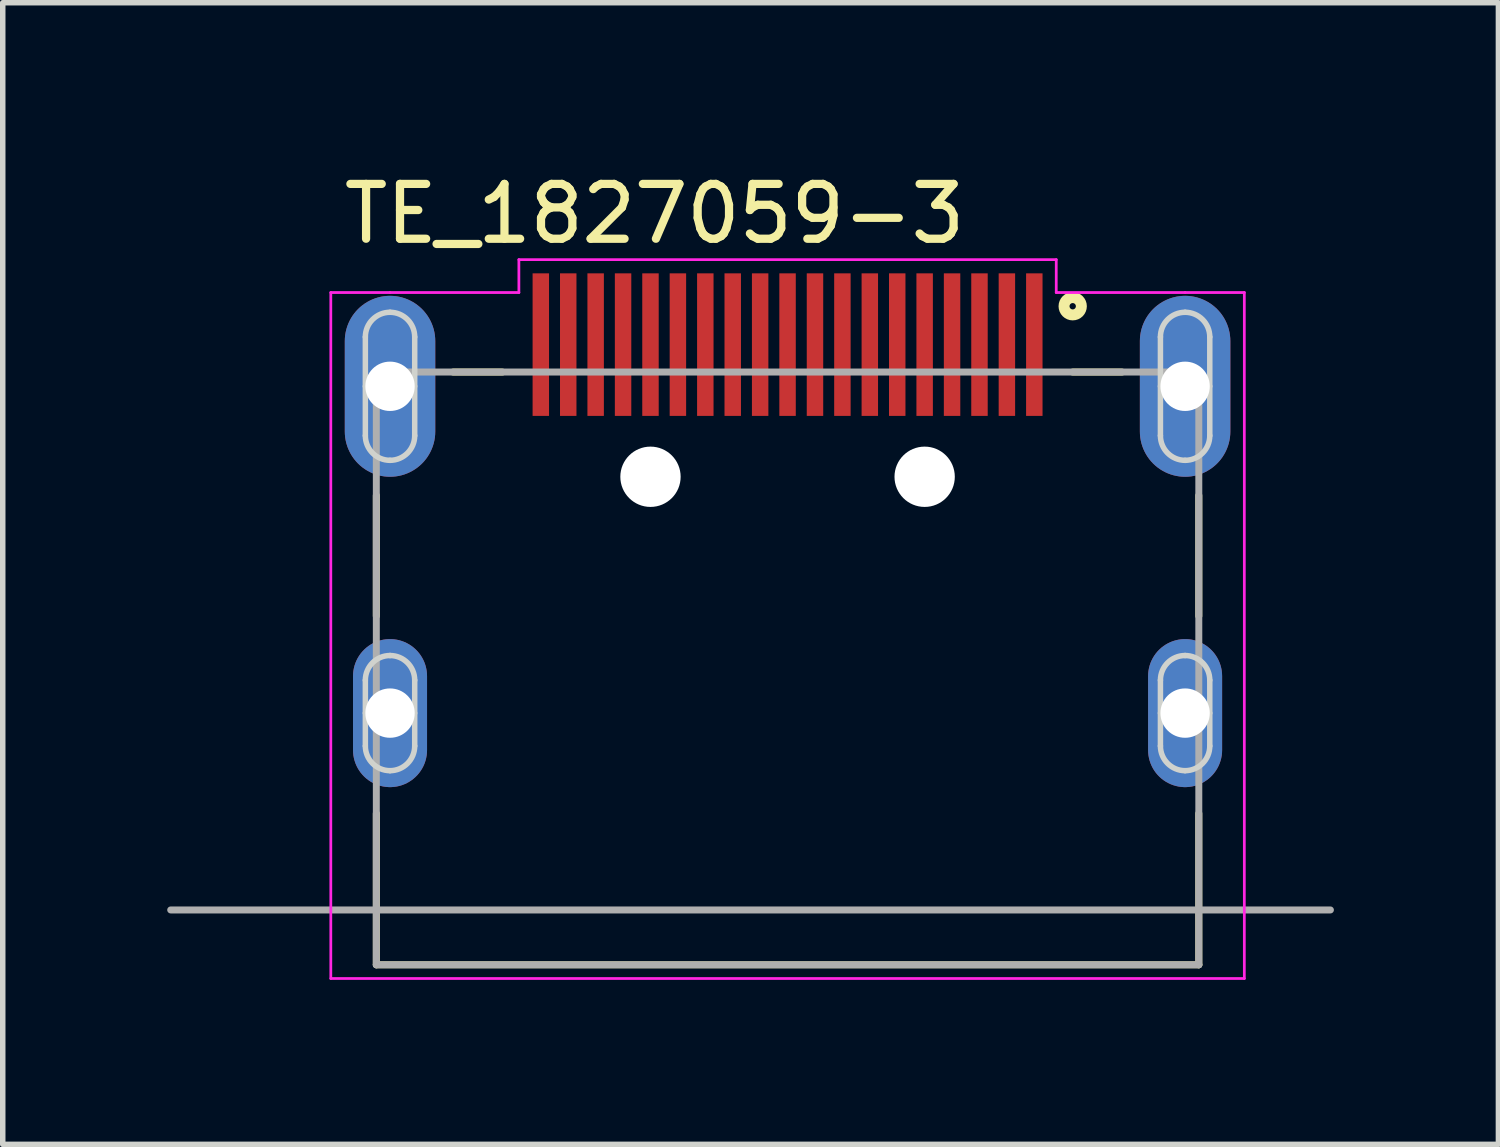
<source format=kicad_pcb>
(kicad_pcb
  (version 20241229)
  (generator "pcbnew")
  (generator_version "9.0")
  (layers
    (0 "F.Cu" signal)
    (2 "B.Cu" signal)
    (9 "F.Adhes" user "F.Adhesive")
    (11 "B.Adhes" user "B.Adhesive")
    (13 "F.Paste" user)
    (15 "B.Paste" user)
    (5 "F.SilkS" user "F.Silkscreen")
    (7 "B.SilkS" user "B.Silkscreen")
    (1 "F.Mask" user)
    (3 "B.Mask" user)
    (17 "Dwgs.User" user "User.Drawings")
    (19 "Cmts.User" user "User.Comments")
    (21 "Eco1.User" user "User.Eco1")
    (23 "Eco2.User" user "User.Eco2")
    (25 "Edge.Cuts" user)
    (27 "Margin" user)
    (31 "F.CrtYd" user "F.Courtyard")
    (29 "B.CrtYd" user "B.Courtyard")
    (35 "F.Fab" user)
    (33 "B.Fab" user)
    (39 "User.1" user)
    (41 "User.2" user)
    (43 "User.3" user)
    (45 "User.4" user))
  (footprint "TE_1827059-3"
    (layer "F.Cu")
    (at 11.313 8.235)
    (property "Reference" "TE_1827059-3" (at -2.425 -7.386 0) (layer "F.SilkS") (effects (font (size 1 1) (thickness 0.15))))
    (attr through_hole)
    (fp_line (start -7.5 -2.25) (end -7.5 -0.05) (stroke (width 0.127) (type solid)) (layer "F.SilkS"))
    (fp_line (start -7.5 6.31) (end -7.5 3.55) (stroke (width 0.127) (type solid)) (layer "F.SilkS"))
    (fp_line (start -7.5 6.31) (end 7.5 6.31) (stroke (width 0.127) (type solid)) (layer "F.SilkS"))
    (fp_line (start -6.1 -4.5) (end -5.2 -4.5) (stroke (width 0.127) (type solid)) (layer "F.SilkS"))
    (fp_line (start 5.2 -4.5) (end 6.1 -4.5) (stroke (width 0.127) (type solid)) (layer "F.SilkS"))
    (fp_line (start 7.5 -0.05) (end 7.5 -2.25) (stroke (width 0.127) (type solid)) (layer "F.SilkS"))
    (fp_line (start 7.5 6.31) (end 7.5 3.55) (stroke (width 0.127) (type solid)) (layer "F.SilkS"))
    (fp_circle (center 5.2 -5.7) (end 5.358 -5.7) (stroke (width 0.2) (type solid)) (fill no) (layer "F.SilkS"))
    (fp_line (start -7.7 -4.24) (end -7.7 -5.14) (stroke (width 0.1) (type solid)) (layer "Edge.Cuts"))
    (fp_line (start -7.7 -3.34) (end -7.7 -4.24) (stroke (width 0.1) (type solid)) (layer "Edge.Cuts"))
    (fp_line (start -7.7 1.72) (end -7.7 1.12) (stroke (width 0.1) (type solid)) (layer "Edge.Cuts"))
    (fp_line (start -7.7 2.32) (end -7.7 1.72) (stroke (width 0.1) (type solid)) (layer "Edge.Cuts"))
    (fp_line (start -6.8 -5.14) (end -6.8 -4.24) (stroke (width 0.1) (type solid)) (layer "Edge.Cuts"))
    (fp_line (start -6.8 -4.24) (end -6.8 -3.34) (stroke (width 0.1) (type solid)) (layer "Edge.Cuts"))
    (fp_line (start -6.8 1.12) (end -6.8 1.72) (stroke (width 0.1) (type solid)) (layer "Edge.Cuts"))
    (fp_line (start -6.8 1.72) (end -6.8 2.32) (stroke (width 0.1) (type solid)) (layer "Edge.Cuts"))
    (fp_line (start 6.8 -4.24) (end 6.8 -5.14) (stroke (width 0.1) (type solid)) (layer "Edge.Cuts"))
    (fp_line (start 6.8 -3.34) (end 6.8 -4.24) (stroke (width 0.1) (type solid)) (layer "Edge.Cuts"))
    (fp_line (start 6.8 1.72) (end 6.8 1.12) (stroke (width 0.1) (type solid)) (layer "Edge.Cuts"))
    (fp_line (start 6.8 2.32) (end 6.8 1.72) (stroke (width 0.1) (type solid)) (layer "Edge.Cuts"))
    (fp_line (start 7.7 -5.14) (end 7.7 -4.24) (stroke (width 0.1) (type solid)) (layer "Edge.Cuts"))
    (fp_line (start 7.7 -4.24) (end 7.7 -3.34) (stroke (width 0.1) (type solid)) (layer "Edge.Cuts"))
    (fp_line (start 7.7 1.12) (end 7.7 1.72) (stroke (width 0.1) (type solid)) (layer "Edge.Cuts"))
    (fp_line (start 7.7 1.72) (end 7.7 2.32) (stroke (width 0.1) (type solid)) (layer "Edge.Cuts"))
    (fp_arc (start -7.7 -5.14) (mid -7.568198 -5.458198) (end -7.25 -5.59) (stroke (width 0.1) (type solid)) (layer "Edge.Cuts"))
    (fp_arc (start -7.7 1.12) (mid -7.568198 0.801802) (end -7.25 0.67) (stroke (width 0.1) (type solid)) (layer "Edge.Cuts"))
    (fp_arc (start -7.25 -5.59) (mid -6.931802 -5.458198) (end -6.8 -5.14) (stroke (width 0.1) (type solid)) (layer "Edge.Cuts"))
    (fp_arc (start -7.25 -2.89) (mid -7.568198 -3.021802) (end -7.7 -3.34) (stroke (width 0.1) (type solid)) (layer "Edge.Cuts"))
    (fp_arc (start -7.25 0.67) (mid -6.931802 0.801802) (end -6.8 1.12) (stroke (width 0.1) (type solid)) (layer "Edge.Cuts"))
    (fp_arc (start -7.25 2.77) (mid -7.568198 2.638198) (end -7.7 2.32) (stroke (width 0.1) (type solid)) (layer "Edge.Cuts"))
    (fp_arc (start -6.8 -3.34) (mid -6.931802 -3.021802) (end -7.25 -2.89) (stroke (width 0.1) (type solid)) (layer "Edge.Cuts"))
    (fp_arc (start -6.8 2.32) (mid -6.931802 2.638198) (end -7.25 2.77) (stroke (width 0.1) (type solid)) (layer "Edge.Cuts"))
    (fp_arc (start 6.8 -5.14) (mid 6.931802 -5.458198) (end 7.25 -5.59) (stroke (width 0.1) (type solid)) (layer "Edge.Cuts"))
    (fp_arc (start 6.8 1.12) (mid 6.931802 0.801802) (end 7.25 0.67) (stroke (width 0.1) (type solid)) (layer "Edge.Cuts"))
    (fp_arc (start 7.25 -5.59) (mid 7.568198 -5.458198) (end 7.7 -5.14) (stroke (width 0.1) (type solid)) (layer "Edge.Cuts"))
    (fp_arc (start 7.25 -2.89) (mid 6.931802 -3.021802) (end 6.8 -3.34) (stroke (width 0.1) (type solid)) (layer "Edge.Cuts"))
    (fp_arc (start 7.25 0.67) (mid 7.568198 0.801802) (end 7.7 1.12) (stroke (width 0.1) (type solid)) (layer "Edge.Cuts"))
    (fp_arc (start 7.25 2.77) (mid 6.931802 2.638198) (end 6.8 2.32) (stroke (width 0.1) (type solid)) (layer "Edge.Cuts"))
    (fp_arc (start 7.7 -3.34) (mid 7.568198 -3.021802) (end 7.25 -2.89) (stroke (width 0.1) (type solid)) (layer "Edge.Cuts"))
    (fp_arc (start 7.7 2.32) (mid 7.568198 2.638198) (end 7.25 2.77) (stroke (width 0.1) (type solid)) (layer "Edge.Cuts"))
    (fp_line (start -8.33 -5.95) (end -7.25 -5.95) (stroke (width 0.05) (type solid)) (layer "F.CrtYd"))
    (fp_line (start -8.33 6.56) (end -8.33 -5.95) (stroke (width 0.05) (type solid)) (layer "F.CrtYd"))
    (fp_line (start -7.25 -5.95) (end -4.9 -5.95) (stroke (width 0.05) (type solid)) (layer "F.CrtYd"))
    (fp_line (start -4.9 -6.55) (end 4.9 -6.55) (stroke (width 0.05) (type solid)) (layer "F.CrtYd"))
    (fp_line (start -4.9 -5.95) (end -4.9 -6.55) (stroke (width 0.05) (type solid)) (layer "F.CrtYd"))
    (fp_line (start 4.9 -6.55) (end 4.9 -5.95) (stroke (width 0.05) (type solid)) (layer "F.CrtYd"))
    (fp_line (start 4.9 -5.95) (end 7.25 -5.95) (stroke (width 0.05) (type solid)) (layer "F.CrtYd"))
    (fp_line (start 7.25 -5.95) (end 8.33 -5.95) (stroke (width 0.05) (type solid)) (layer "F.CrtYd"))
    (fp_line (start 8.33 -5.95) (end 8.33 6.56) (stroke (width 0.05) (type solid)) (layer "F.CrtYd"))
    (fp_line (start 8.33 6.56) (end -8.33 6.56) (stroke (width 0.05) (type solid)) (layer "F.CrtYd"))
    (fp_line (start -11.25 5.31) (end 9.9 5.31) (stroke (width 0.127) (type solid)) (layer "F.Fab"))
    (fp_line (start -7.5 -4.5) (end 7.5 -4.5) (stroke (width 0.127) (type solid)) (layer "F.Fab"))
    (fp_line (start -7.5 6.31) (end -7.5 -4.5) (stroke (width 0.127) (type solid)) (layer "F.Fab"))
    (fp_line (start -7.5 6.31) (end 7.5 6.31) (stroke (width 0.127) (type solid)) (layer "F.Fab"))
    (fp_line (start 7.5 -4.5) (end 7.5 6.31) (stroke (width 0.127) (type solid)) (layer "F.Fab"))
    (pad "" np_thru_hole circle (at -2.5 -2.59) (size 1.1 1.1) (drill 1.1) (layers "*.Cu" "*.Mask"))
    (pad "" np_thru_hole circle (at 2.5 -2.59) (size 1.1 1.1) (drill 1.1) (layers "*.Cu" "*.Mask"))
    (pad "1" smd rect (at 4.5 -5) (size 0.3 2.6) (layers "F.Cu" "F.Mask" "F.Paste"))
    (pad "2" smd rect (at 4 -5) (size 0.3 2.6) (layers "F.Cu" "F.Mask" "F.Paste"))
    (pad "3" smd rect (at 3.5 -5) (size 0.3 2.6) (layers "F.Cu" "F.Mask" "F.Paste"))
    (pad "4" smd rect (at 3 -5) (size 0.3 2.6) (layers "F.Cu" "F.Mask" "F.Paste"))
    (pad "5" smd rect (at 2.5 -5) (size 0.3 2.6) (layers "F.Cu" "F.Mask" "F.Paste"))
    (pad "6" smd rect (at 2 -5) (size 0.3 2.6) (layers "F.Cu" "F.Mask" "F.Paste"))
    (pad "7" smd rect (at 1.5 -5) (size 0.3 2.6) (layers "F.Cu" "F.Mask" "F.Paste"))
    (pad "8" smd rect (at 1 -5) (size 0.3 2.6) (layers "F.Cu" "F.Mask" "F.Paste"))
    (pad "9" smd rect (at 0.5 -5) (size 0.3 2.6) (layers "F.Cu" "F.Mask" "F.Paste"))
    (pad "10" smd rect (at 0 -5) (size 0.3 2.6) (layers "F.Cu" "F.Mask" "F.Paste"))
    (pad "11" smd rect (at -0.5 -5) (size 0.3 2.6) (layers "F.Cu" "F.Mask" "F.Paste"))
    (pad "12" smd rect (at -1 -5) (size 0.3 2.6) (layers "F.Cu" "F.Mask" "F.Paste"))
    (pad "13" smd rect (at -1.5 -5) (size 0.3 2.6) (layers "F.Cu" "F.Mask" "F.Paste"))
    (pad "14" smd rect (at -2 -5) (size 0.3 2.6) (layers "F.Cu" "F.Mask" "F.Paste"))
    (pad "15" smd rect (at -2.5 -5) (size 0.3 2.6) (layers "F.Cu" "F.Mask" "F.Paste"))
    (pad "16" smd rect (at -3 -5) (size 0.3 2.6) (layers "F.Cu" "F.Mask" "F.Paste"))
    (pad "17" smd rect (at -3.5 -5) (size 0.3 2.6) (layers "F.Cu" "F.Mask" "F.Paste"))
    (pad "18" smd rect (at -4 -5) (size 0.3 2.6) (layers "F.Cu" "F.Mask" "F.Paste"))
    (pad "19" smd rect (at -4.5 -5) (size 0.3 2.6) (layers "F.Cu" "F.Mask" "F.Paste"))
    (pad "S1" thru_hole oval (at 7.25 -4.24) (size 1.65 3.3) (drill 0.9) (layers "*.Cu" "*.Mask"))
    (pad "S2" thru_hole oval (at -7.25 -4.24) (size 1.65 3.3) (drill 0.9) (layers "*.Cu" "*.Mask"))
    (pad "S3" thru_hole oval (at -7.25 1.72) (size 1.35 2.7) (drill 0.9) (layers "*.Cu" "*.Mask"))
    (pad "S4" thru_hole oval (at 7.25 1.72) (size 1.35 2.7) (drill 0.9) (layers "*.Cu" "*.Mask")))
  (gr_rect
    (start -3 -3)
    (end 24.277 17.82)
    (stroke (width 0.1) (type default))
    (fill no)
    (layer "Edge.Cuts")))
</source>
